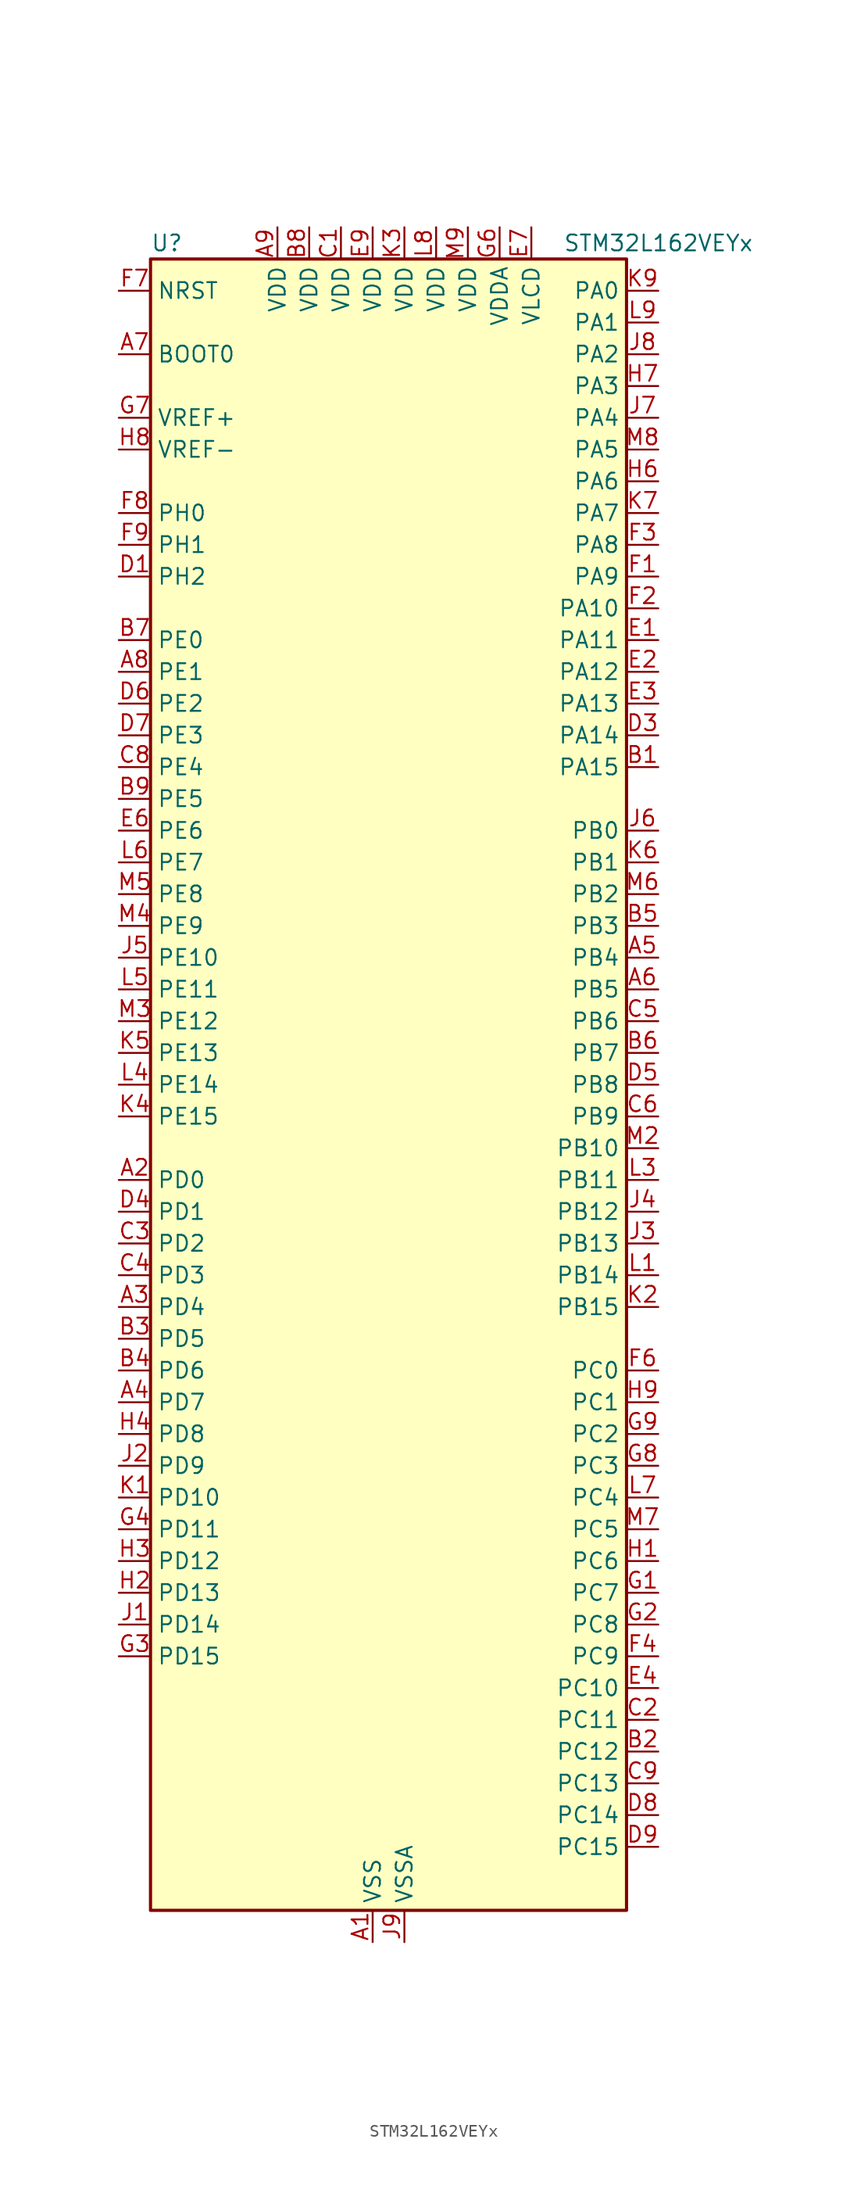
<source format=kicad_sym>
(kicad_symbol_lib
  (version 20231120)
  (generator "kicad-library-utils")
  (generator_version "8.0")
  (symbol "STM32L162VEYx"
    (property "Reference" "U"
      (at -17.78 67.31 0)
      (effects (font (size 1.27 1.27)) (justify left)))
    (property "Value" "STM32L162VEYx"
      (at 15.24 67.31 0)
      (effects (font (size 1.27 1.27)) (justify left)))
    (symbol "STM32L162VEYx_0_1"
      (rectangle (start -17.78 -66.04) (end 20.32 66.04) (stroke (width 0.254) (type default)) (fill (type background))))
    (symbol "STM32L162VEYx_1_1"
      (pin power_in line (at 0 -68.58 90) (length 2.54) (name "VSS" (effects (font (size 1.27 1.27)))) (number "A1" (effects (font (size 1.27 1.27)))))
      (pin bidirectional line (at -20.32 -7.62 0) (length 2.54) (name "PD0" (effects (font (size 1.27 1.27)))) (number "A2" (effects (font (size 1.27 1.27)))) (alternate "I2S2_WS" bidirectional line) (alternate "SPI2_NSS" bidirectional line) (alternate "TIM9_CH1" bidirectional line) (alternate "TIMX_IC1" bidirectional line))
      (pin bidirectional line (at -20.32 -17.78 0) (length 2.54) (name "PD4" (effects (font (size 1.27 1.27)))) (number "A3" (effects (font (size 1.27 1.27)))) (alternate "I2S2_SD" bidirectional line) (alternate "SPI2_MOSI" bidirectional line) (alternate "TIMX_IC1" bidirectional line) (alternate "USART2_RTS" bidirectional line))
      (pin bidirectional line (at -20.32 -25.4 0) (length 2.54) (name "PD7" (effects (font (size 1.27 1.27)))) (number "A4" (effects (font (size 1.27 1.27)))) (alternate "TIM9_CH2" bidirectional line) (alternate "TIMX_IC4" bidirectional line) (alternate "USART2_CK" bidirectional line))
      (pin bidirectional line (at 22.86 10.16 180) (length 2.54) (name "PB4" (effects (font (size 1.27 1.27)))) (number "A5" (effects (font (size 1.27 1.27)))) (alternate "COMP2_INP" bidirectional line) (alternate "LCD_SEG8" bidirectional line) (alternate "SPI1_MISO" bidirectional line) (alternate "SPI3_MISO" bidirectional line) (alternate "SYS_JTRST" bidirectional line) (alternate "TIM3_CH1" bidirectional line) (alternate "TS_G6_IO1" bidirectional line))
      (pin bidirectional line (at 22.86 7.62 180) (length 2.54) (name "PB5" (effects (font (size 1.27 1.27)))) (number "A6" (effects (font (size 1.27 1.27)))) (alternate "COMP2_INP" bidirectional line) (alternate "I2C1_SMBA" bidirectional line) (alternate "I2S3_SD" bidirectional line) (alternate "LCD_SEG9" bidirectional line) (alternate "SPI1_MOSI" bidirectional line) (alternate "SPI3_MOSI" bidirectional line) (alternate "TIM3_CH2" bidirectional line) (alternate "TS_G6_IO2" bidirectional line))
      (pin input line (at -20.32 58.42 0) (length 2.54) (name "BOOT0" (effects (font (size 1.27 1.27)))) (number "A7" (effects (font (size 1.27 1.27)))))
      (pin bidirectional line (at -20.32 33.02 0) (length 2.54) (name "PE1" (effects (font (size 1.27 1.27)))) (number "A8" (effects (font (size 1.27 1.27)))) (alternate "LCD_SEG37" bidirectional line) (alternate "TIM11_CH1" bidirectional line) (alternate "TIMX_IC2" bidirectional line))
      (pin power_in line (at -7.62 68.58 270) (length 2.54) (name "VDD" (effects (font (size 1.27 1.27)))) (number "A9" (effects (font (size 1.27 1.27)))))
      (pin bidirectional line (at 22.86 25.4 180) (length 2.54) (name "PA15" (effects (font (size 1.27 1.27)))) (number "B1" (effects (font (size 1.27 1.27)))) (alternate "ADC_EXTI15" bidirectional line) (alternate "I2S3_WS" bidirectional line) (alternate "LCD_SEG17" bidirectional line) (alternate "SPI1_NSS" bidirectional line) (alternate "SPI3_NSS" bidirectional line) (alternate "SYS_JTDI" bidirectional line) (alternate "TIM2_CH1" bidirectional line) (alternate "TIM2_ETR" bidirectional line) (alternate "TIMX_IC4" bidirectional line) (alternate "TS_G5_IO3" bidirectional line))
      (pin bidirectional line (at 22.86 -53.34 180) (length 2.54) (name "PC12" (effects (font (size 1.27 1.27)))) (number "B2" (effects (font (size 1.27 1.27)))) (alternate "I2S3_SD" bidirectional line) (alternate "LCD_COM6" bidirectional line) (alternate "LCD_SEG30" bidirectional line) (alternate "LCD_SEG42" bidirectional line) (alternate "SPI3_MOSI" bidirectional line) (alternate "TIMX_IC1" bidirectional line) (alternate "UART5_TX" bidirectional line) (alternate "USART3_CK" bidirectional line))
      (pin bidirectional line (at -20.32 -20.32 0) (length 2.54) (name "PD5" (effects (font (size 1.27 1.27)))) (number "B3" (effects (font (size 1.27 1.27)))) (alternate "TIMX_IC2" bidirectional line) (alternate "USART2_TX" bidirectional line))
      (pin bidirectional line (at -20.32 -22.86 0) (length 2.54) (name "PD6" (effects (font (size 1.27 1.27)))) (number "B4" (effects (font (size 1.27 1.27)))) (alternate "TIMX_IC3" bidirectional line) (alternate "USART2_RX" bidirectional line))
      (pin bidirectional line (at 22.86 12.7 180) (length 2.54) (name "PB3" (effects (font (size 1.27 1.27)))) (number "B5" (effects (font (size 1.27 1.27)))) (alternate "COMP2_INM" bidirectional line) (alternate "I2S3_CK" bidirectional line) (alternate "LCD_SEG7" bidirectional line) (alternate "SPI1_SCK" bidirectional line) (alternate "SPI3_SCK" bidirectional line) (alternate "SYS_JTDO-TRACESWO" bidirectional line) (alternate "TIM2_CH2" bidirectional line))
      (pin bidirectional line (at 22.86 2.54 180) (length 2.54) (name "PB7" (effects (font (size 1.27 1.27)))) (number "B6" (effects (font (size 1.27 1.27)))) (alternate "COMP2_INP" bidirectional line) (alternate "I2C1_SDA" bidirectional line) (alternate "SYS_PVD_IN" bidirectional line) (alternate "TIM4_CH2" bidirectional line) (alternate "TS_G6_IO4" bidirectional line) (alternate "USART1_RX" bidirectional line))
      (pin bidirectional line (at -20.32 35.56 0) (length 2.54) (name "PE0" (effects (font (size 1.27 1.27)))) (number "B7" (effects (font (size 1.27 1.27)))) (alternate "LCD_SEG36" bidirectional line) (alternate "TIM10_CH1" bidirectional line) (alternate "TIM4_ETR" bidirectional line) (alternate "TIMX_IC1" bidirectional line))
      (pin power_in line (at -5.08 68.58 270) (length 2.54) (name "VDD" (effects (font (size 1.27 1.27)))) (number "B8" (effects (font (size 1.27 1.27)))))
      (pin bidirectional line (at -20.32 22.86 0) (length 2.54) (name "PE5" (effects (font (size 1.27 1.27)))) (number "B9" (effects (font (size 1.27 1.27)))) (alternate "SYS_TRACED2" bidirectional line) (alternate "TIM9_CH1" bidirectional line) (alternate "TIMX_IC2" bidirectional line))
      (pin power_in line (at -2.54 68.58 270) (length 2.54) (name "VDD" (effects (font (size 1.27 1.27)))) (number "C1" (effects (font (size 1.27 1.27)))))
      (pin bidirectional line (at 22.86 -50.8 180) (length 2.54) (name "PC11" (effects (font (size 1.27 1.27)))) (number "C2" (effects (font (size 1.27 1.27)))) (alternate "ADC_EXTI11" bidirectional line) (alternate "LCD_COM5" bidirectional line) (alternate "LCD_SEG29" bidirectional line) (alternate "LCD_SEG41" bidirectional line) (alternate "SPI3_MISO" bidirectional line) (alternate "TIMX_IC4" bidirectional line) (alternate "UART4_RX" bidirectional line) (alternate "USART3_RX" bidirectional line))
      (pin bidirectional line (at -20.32 -12.7 0) (length 2.54) (name "PD2" (effects (font (size 1.27 1.27)))) (number "C3" (effects (font (size 1.27 1.27)))) (alternate "LCD_COM7" bidirectional line) (alternate "LCD_SEG31" bidirectional line) (alternate "LCD_SEG43" bidirectional line) (alternate "TIM3_ETR" bidirectional line) (alternate "TIMX_IC3" bidirectional line) (alternate "UART5_RX" bidirectional line))
      (pin bidirectional line (at -20.32 -15.24 0) (length 2.54) (name "PD3" (effects (font (size 1.27 1.27)))) (number "C4" (effects (font (size 1.27 1.27)))) (alternate "SPI2_MISO" bidirectional line) (alternate "TIMX_IC4" bidirectional line) (alternate "USART2_CTS" bidirectional line))
      (pin bidirectional line (at 22.86 5.08 180) (length 2.54) (name "PB6" (effects (font (size 1.27 1.27)))) (number "C5" (effects (font (size 1.27 1.27)))) (alternate "COMP2_INP" bidirectional line) (alternate "I2C1_SCL" bidirectional line) (alternate "TIM4_CH1" bidirectional line) (alternate "TS_G6_IO3" bidirectional line) (alternate "USART1_TX" bidirectional line))
      (pin bidirectional line (at 22.86 -2.54 180) (length 2.54) (name "PB9" (effects (font (size 1.27 1.27)))) (number "C6" (effects (font (size 1.27 1.27)))) (alternate "DAC_EXTI9" bidirectional line) (alternate "I2C1_SDA" bidirectional line) (alternate "LCD_COM3" bidirectional line) (alternate "TIM11_CH1" bidirectional line) (alternate "TIM4_CH4" bidirectional line))
      (pin passive line (at 0 -68.58 90) (length 2.54) hide (name "VSS" (effects (font (size 1.27 1.27)))) (number "C7" (effects (font (size 1.27 1.27)))))
      (pin bidirectional line (at -20.32 25.4 0) (length 2.54) (name "PE4" (effects (font (size 1.27 1.27)))) (number "C8" (effects (font (size 1.27 1.27)))) (alternate "SYS_TRACED1" bidirectional line) (alternate "TIM3_CH2" bidirectional line) (alternate "TIMX_IC1" bidirectional line))
      (pin bidirectional line (at 22.86 -55.88 180) (length 2.54) (name "PC13" (effects (font (size 1.27 1.27)))) (number "C9" (effects (font (size 1.27 1.27)))) (alternate "RTC_OUT_ALARM" bidirectional line) (alternate "RTC_OUT_CALIB" bidirectional line) (alternate "RTC_TAMP1" bidirectional line) (alternate "RTC_TS" bidirectional line) (alternate "SYS_WKUP2" bidirectional line) (alternate "TIMX_IC2" bidirectional line))
      (pin bidirectional line (at -20.32 40.64 0) (length 2.54) (name "PH2" (effects (font (size 1.27 1.27)))) (number "D1" (effects (font (size 1.27 1.27)))))
      (pin passive line (at 0 -68.58 90) (length 2.54) hide (name "VSS" (effects (font (size 1.27 1.27)))) (number "D2" (effects (font (size 1.27 1.27)))))
      (pin bidirectional line (at 22.86 27.94 180) (length 2.54) (name "PA14" (effects (font (size 1.27 1.27)))) (number "D3" (effects (font (size 1.27 1.27)))) (alternate "SYS_JTCK-SWCLK" bidirectional line) (alternate "TIMX_IC3" bidirectional line) (alternate "TS_G5_IO2" bidirectional line))
      (pin bidirectional line (at -20.32 -10.16 0) (length 2.54) (name "PD1" (effects (font (size 1.27 1.27)))) (number "D4" (effects (font (size 1.27 1.27)))) (alternate "I2S2_CK" bidirectional line) (alternate "SPI2_SCK" bidirectional line) (alternate "TIMX_IC2" bidirectional line))
      (pin bidirectional line (at 22.86 0 180) (length 2.54) (name "PB8" (effects (font (size 1.27 1.27)))) (number "D5" (effects (font (size 1.27 1.27)))) (alternate "I2C1_SCL" bidirectional line) (alternate "LCD_SEG16" bidirectional line) (alternate "TIM10_CH1" bidirectional line) (alternate "TIM4_CH3" bidirectional line))
      (pin bidirectional line (at -20.32 30.48 0) (length 2.54) (name "PE2" (effects (font (size 1.27 1.27)))) (number "D6" (effects (font (size 1.27 1.27)))) (alternate "LCD_SEG38" bidirectional line) (alternate "SYS_TRACECK" bidirectional line) (alternate "TIM3_ETR" bidirectional line) (alternate "TIMX_IC3" bidirectional line))
      (pin bidirectional line (at -20.32 27.94 0) (length 2.54) (name "PE3" (effects (font (size 1.27 1.27)))) (number "D7" (effects (font (size 1.27 1.27)))) (alternate "LCD_SEG39" bidirectional line) (alternate "SYS_TRACED0" bidirectional line) (alternate "TIM3_CH1" bidirectional line) (alternate "TIMX_IC4" bidirectional line))
      (pin bidirectional line (at 22.86 -58.42 180) (length 2.54) (name "PC14" (effects (font (size 1.27 1.27)))) (number "D8" (effects (font (size 1.27 1.27)))) (alternate "RCC_OSC32_IN" bidirectional line) (alternate "TIMX_IC3" bidirectional line))
      (pin bidirectional line (at 22.86 -60.96 180) (length 2.54) (name "PC15" (effects (font (size 1.27 1.27)))) (number "D9" (effects (font (size 1.27 1.27)))) (alternate "ADC_EXTI15" bidirectional line) (alternate "RCC_OSC32_OUT" bidirectional line) (alternate "TIMX_IC4" bidirectional line))
      (pin bidirectional line (at 22.86 35.56 180) (length 2.54) (name "PA11" (effects (font (size 1.27 1.27)))) (number "E1" (effects (font (size 1.27 1.27)))) (alternate "ADC_EXTI11" bidirectional line) (alternate "SPI1_MISO" bidirectional line) (alternate "TIMX_IC4" bidirectional line) (alternate "USART1_CTS" bidirectional line) (alternate "USB_DM" bidirectional line))
      (pin bidirectional line (at 22.86 33.02 180) (length 2.54) (name "PA12" (effects (font (size 1.27 1.27)))) (number "E2" (effects (font (size 1.27 1.27)))) (alternate "SPI1_MOSI" bidirectional line) (alternate "TIMX_IC1" bidirectional line) (alternate "USART1_RTS" bidirectional line) (alternate "USB_DP" bidirectional line))
      (pin bidirectional line (at 22.86 30.48 180) (length 2.54) (name "PA13" (effects (font (size 1.27 1.27)))) (number "E3" (effects (font (size 1.27 1.27)))) (alternate "SYS_JTMS-SWDIO" bidirectional line) (alternate "TIMX_IC2" bidirectional line) (alternate "TS_G5_IO1" bidirectional line))
      (pin bidirectional line (at 22.86 -48.26 180) (length 2.54) (name "PC10" (effects (font (size 1.27 1.27)))) (number "E4" (effects (font (size 1.27 1.27)))) (alternate "I2S3_CK" bidirectional line) (alternate "LCD_COM4" bidirectional line) (alternate "LCD_SEG28" bidirectional line) (alternate "LCD_SEG40" bidirectional line) (alternate "SPI3_SCK" bidirectional line) (alternate "TIMX_IC3" bidirectional line) (alternate "UART4_TX" bidirectional line) (alternate "USART3_TX" bidirectional line))
      (pin bidirectional line (at -20.32 20.32 0) (length 2.54) (name "PE6" (effects (font (size 1.27 1.27)))) (number "E6" (effects (font (size 1.27 1.27)))) (alternate "RTC_TAMP3" bidirectional line) (alternate "SYS_TRACED3" bidirectional line) (alternate "SYS_WKUP3" bidirectional line) (alternate "TIM9_CH2" bidirectional line) (alternate "TIMX_IC3" bidirectional line))
      (pin power_in line (at 12.7 68.58 270) (length 2.54) (name "VLCD" (effects (font (size 1.27 1.27)))) (number "E7" (effects (font (size 1.27 1.27)))))
      (pin passive line (at 0 -68.58 90) (length 2.54) hide (name "VSS" (effects (font (size 1.27 1.27)))) (number "E8" (effects (font (size 1.27 1.27)))))
      (pin power_in line (at 0 68.58 270) (length 2.54) (name "VDD" (effects (font (size 1.27 1.27)))) (number "E9" (effects (font (size 1.27 1.27)))))
      (pin bidirectional line (at 22.86 40.64 180) (length 2.54) (name "PA9" (effects (font (size 1.27 1.27)))) (number "F1" (effects (font (size 1.27 1.27)))) (alternate "DAC_EXTI9" bidirectional line) (alternate "LCD_COM1" bidirectional line) (alternate "TIMX_IC2" bidirectional line) (alternate "TS_G4_IO2" bidirectional line) (alternate "USART1_TX" bidirectional line))
      (pin bidirectional line (at 22.86 38.1 180) (length 2.54) (name "PA10" (effects (font (size 1.27 1.27)))) (number "F2" (effects (font (size 1.27 1.27)))) (alternate "LCD_COM2" bidirectional line) (alternate "TIMX_IC3" bidirectional line) (alternate "TS_G4_IO3" bidirectional line) (alternate "USART1_RX" bidirectional line))
      (pin bidirectional line (at 22.86 43.18 180) (length 2.54) (name "PA8" (effects (font (size 1.27 1.27)))) (number "F3" (effects (font (size 1.27 1.27)))) (alternate "LCD_COM0" bidirectional line) (alternate "RCC_MCO" bidirectional line) (alternate "TIMX_IC1" bidirectional line) (alternate "TS_G4_IO1" bidirectional line) (alternate "USART1_CK" bidirectional line))
      (pin bidirectional line (at 22.86 -45.72 180) (length 2.54) (name "PC9" (effects (font (size 1.27 1.27)))) (number "F4" (effects (font (size 1.27 1.27)))) (alternate "DAC_EXTI9" bidirectional line) (alternate "LCD_SEG27" bidirectional line) (alternate "TIM3_CH4" bidirectional line) (alternate "TIMX_IC2" bidirectional line) (alternate "TS_G10_IO4" bidirectional line))
      (pin bidirectional line (at 22.86 -22.86 180) (length 2.54) (name "PC0" (effects (font (size 1.27 1.27)))) (number "F6" (effects (font (size 1.27 1.27)))) (alternate "ADC_IN10" bidirectional line) (alternate "COMP1_INP" bidirectional line) (alternate "LCD_SEG18" bidirectional line) (alternate "TIMX_IC1" bidirectional line) (alternate "TS_G8_IO1" bidirectional line))
      (pin input line (at -20.32 63.5 0) (length 2.54) (name "NRST" (effects (font (size 1.27 1.27)))) (number "F7" (effects (font (size 1.27 1.27)))))
      (pin bidirectional line (at -20.32 45.72 0) (length 2.54) (name "PH0" (effects (font (size 1.27 1.27)))) (number "F8" (effects (font (size 1.27 1.27)))) (alternate "RCC_OSC_IN" bidirectional line))
      (pin bidirectional line (at -20.32 43.18 0) (length 2.54) (name "PH1" (effects (font (size 1.27 1.27)))) (number "F9" (effects (font (size 1.27 1.27)))) (alternate "RCC_OSC_OUT" bidirectional line))
      (pin bidirectional line (at 22.86 -40.64 180) (length 2.54) (name "PC7" (effects (font (size 1.27 1.27)))) (number "G1" (effects (font (size 1.27 1.27)))) (alternate "I2S3_MCK" bidirectional line) (alternate "LCD_SEG25" bidirectional line) (alternate "TIM3_CH2" bidirectional line) (alternate "TIMX_IC4" bidirectional line) (alternate "TS_G10_IO2" bidirectional line))
      (pin bidirectional line (at 22.86 -43.18 180) (length 2.54) (name "PC8" (effects (font (size 1.27 1.27)))) (number "G2" (effects (font (size 1.27 1.27)))) (alternate "LCD_SEG26" bidirectional line) (alternate "TIM3_CH3" bidirectional line) (alternate "TIMX_IC1" bidirectional line) (alternate "TS_G10_IO3" bidirectional line))
      (pin bidirectional line (at -20.32 -45.72 0) (length 2.54) (name "PD15" (effects (font (size 1.27 1.27)))) (number "G3" (effects (font (size 1.27 1.27)))) (alternate "ADC_EXTI15" bidirectional line) (alternate "LCD_SEG35" bidirectional line) (alternate "TIM4_CH4" bidirectional line) (alternate "TIMX_IC4" bidirectional line))
      (pin bidirectional line (at -20.32 -35.56 0) (length 2.54) (name "PD11" (effects (font (size 1.27 1.27)))) (number "G4" (effects (font (size 1.27 1.27)))) (alternate "ADC_EXTI11" bidirectional line) (alternate "LCD_SEG31" bidirectional line) (alternate "TIMX_IC4" bidirectional line) (alternate "USART3_CTS" bidirectional line))
      (pin power_in line (at 10.16 68.58 270) (length 2.54) (name "VDDA" (effects (font (size 1.27 1.27)))) (number "G6" (effects (font (size 1.27 1.27)))))
      (pin input line (at -20.32 53.34 0) (length 2.54) (name "VREF+" (effects (font (size 1.27 1.27)))) (number "G7" (effects (font (size 1.27 1.27)))))
      (pin bidirectional line (at 22.86 -30.48 180) (length 2.54) (name "PC3" (effects (font (size 1.27 1.27)))) (number "G8" (effects (font (size 1.27 1.27)))) (alternate "ADC_IN13" bidirectional line) (alternate "COMP1_INP" bidirectional line) (alternate "LCD_SEG21" bidirectional line) (alternate "TIMX_IC4" bidirectional line) (alternate "TS_G8_IO4" bidirectional line))
      (pin bidirectional line (at 22.86 -27.94 180) (length 2.54) (name "PC2" (effects (font (size 1.27 1.27)))) (number "G9" (effects (font (size 1.27 1.27)))) (alternate "ADC_IN12" bidirectional line) (alternate "COMP1_INP" bidirectional line) (alternate "LCD_SEG20" bidirectional line) (alternate "TIMX_IC3" bidirectional line) (alternate "TS_G8_IO3" bidirectional line))
      (pin bidirectional line (at 22.86 -38.1 180) (length 2.54) (name "PC6" (effects (font (size 1.27 1.27)))) (number "H1" (effects (font (size 1.27 1.27)))) (alternate "I2S2_MCK" bidirectional line) (alternate "LCD_SEG24" bidirectional line) (alternate "TIM3_CH1" bidirectional line) (alternate "TIMX_IC3" bidirectional line) (alternate "TS_G10_IO1" bidirectional line))
      (pin bidirectional line (at -20.32 -40.64 0) (length 2.54) (name "PD13" (effects (font (size 1.27 1.27)))) (number "H2" (effects (font (size 1.27 1.27)))) (alternate "LCD_SEG33" bidirectional line) (alternate "TIM4_CH2" bidirectional line) (alternate "TIMX_IC2" bidirectional line))
      (pin bidirectional line (at -20.32 -38.1 0) (length 2.54) (name "PD12" (effects (font (size 1.27 1.27)))) (number "H3" (effects (font (size 1.27 1.27)))) (alternate "LCD_SEG32" bidirectional line) (alternate "TIM4_CH1" bidirectional line) (alternate "TIMX_IC1" bidirectional line) (alternate "USART3_RTS" bidirectional line))
      (pin bidirectional line (at -20.32 -27.94 0) (length 2.54) (name "PD8" (effects (font (size 1.27 1.27)))) (number "H4" (effects (font (size 1.27 1.27)))) (alternate "LCD_SEG28" bidirectional line) (alternate "TIMX_IC1" bidirectional line) (alternate "USART3_TX" bidirectional line))
      (pin bidirectional line (at 22.86 48.26 180) (length 2.54) (name "PA6" (effects (font (size 1.27 1.27)))) (number "H6" (effects (font (size 1.27 1.27)))) (alternate "ADC_IN6" bidirectional line) (alternate "COMP1_INP" bidirectional line) (alternate "LCD_SEG3" bidirectional line) (alternate "OPAMP2_VINP" bidirectional line) (alternate "SPI1_MISO" bidirectional line) (alternate "TIM10_CH1" bidirectional line) (alternate "TIM3_CH1" bidirectional line) (alternate "TIMX_IC3" bidirectional line) (alternate "TS_G2_IO1" bidirectional line))
      (pin bidirectional line (at 22.86 55.88 180) (length 2.54) (name "PA3" (effects (font (size 1.27 1.27)))) (number "H7" (effects (font (size 1.27 1.27)))) (alternate "ADC_IN3" bidirectional line) (alternate "COMP1_INP" bidirectional line) (alternate "LCD_SEG2" bidirectional line) (alternate "OPAMP1_VOUT" bidirectional line) (alternate "TIM2_CH4" bidirectional line) (alternate "TIM5_CH4" bidirectional line) (alternate "TIM9_CH2" bidirectional line) (alternate "TIMX_IC4" bidirectional line) (alternate "TS_G1_IO4" bidirectional line) (alternate "USART2_RX" bidirectional line))
      (pin input line (at -20.32 50.8 0) (length 2.54) (name "VREF-" (effects (font (size 1.27 1.27)))) (number "H8" (effects (font (size 1.27 1.27)))))
      (pin bidirectional line (at 22.86 -25.4 180) (length 2.54) (name "PC1" (effects (font (size 1.27 1.27)))) (number "H9" (effects (font (size 1.27 1.27)))) (alternate "ADC_IN11" bidirectional line) (alternate "COMP1_INP" bidirectional line) (alternate "LCD_SEG19" bidirectional line) (alternate "TIMX_IC2" bidirectional line) (alternate "TS_G8_IO2" bidirectional line))
      (pin bidirectional line (at -20.32 -43.18 0) (length 2.54) (name "PD14" (effects (font (size 1.27 1.27)))) (number "J1" (effects (font (size 1.27 1.27)))) (alternate "LCD_SEG34" bidirectional line) (alternate "TIM4_CH3" bidirectional line) (alternate "TIMX_IC3" bidirectional line))
      (pin bidirectional line (at -20.32 -30.48 0) (length 2.54) (name "PD9" (effects (font (size 1.27 1.27)))) (number "J2" (effects (font (size 1.27 1.27)))) (alternate "DAC_EXTI9" bidirectional line) (alternate "LCD_SEG29" bidirectional line) (alternate "TIMX_IC2" bidirectional line) (alternate "USART3_RX" bidirectional line))
      (pin bidirectional line (at 22.86 -12.7 180) (length 2.54) (name "PB13" (effects (font (size 1.27 1.27)))) (number "J3" (effects (font (size 1.27 1.27)))) (alternate "ADC_IN19" bidirectional line) (alternate "COMP1_INP" bidirectional line) (alternate "I2S2_CK" bidirectional line) (alternate "LCD_SEG13" bidirectional line) (alternate "SPI2_SCK" bidirectional line) (alternate "TIM9_CH1" bidirectional line) (alternate "TS_G7_IO2" bidirectional line) (alternate "USART3_CTS" bidirectional line))
      (pin bidirectional line (at 22.86 -10.16 180) (length 2.54) (name "PB12" (effects (font (size 1.27 1.27)))) (number "J4" (effects (font (size 1.27 1.27)))) (alternate "ADC_IN18" bidirectional line) (alternate "COMP1_INP" bidirectional line) (alternate "I2C2_SMBA" bidirectional line) (alternate "I2S2_WS" bidirectional line) (alternate "LCD_SEG12" bidirectional line) (alternate "SPI2_NSS" bidirectional line) (alternate "TIM10_CH1" bidirectional line) (alternate "TS_G7_IO1" bidirectional line) (alternate "USART3_CK" bidirectional line))
      (pin bidirectional line (at -20.32 10.16 0) (length 2.54) (name "PE10" (effects (font (size 1.27 1.27)))) (number "J5" (effects (font (size 1.27 1.27)))) (alternate "ADC_IN25" bidirectional line) (alternate "COMP1_INP" bidirectional line) (alternate "TIM2_CH2" bidirectional line) (alternate "TIMX_IC3" bidirectional line))
      (pin bidirectional line (at 22.86 20.32 180) (length 2.54) (name "PB0" (effects (font (size 1.27 1.27)))) (number "J6" (effects (font (size 1.27 1.27)))) (alternate "ADC_IN8" bidirectional line) (alternate "COMP1_INP" bidirectional line) (alternate "LCD_SEG5" bidirectional line) (alternate "OPAMP2_VOUT" bidirectional line) (alternate "SYS_V_REF_OUT" bidirectional line) (alternate "TIM3_CH3" bidirectional line) (alternate "TS_G3_IO1" bidirectional line))
      (pin bidirectional line (at 22.86 53.34 180) (length 2.54) (name "PA4" (effects (font (size 1.27 1.27)))) (number "J7" (effects (font (size 1.27 1.27)))) (alternate "ADC_IN4" bidirectional line) (alternate "COMP1_INP" bidirectional line) (alternate "DAC_OUT1" bidirectional line) (alternate "I2S3_WS" bidirectional line) (alternate "SPI1_NSS" bidirectional line) (alternate "SPI3_NSS" bidirectional line) (alternate "TIMX_IC1" bidirectional line) (alternate "USART2_CK" bidirectional line))
      (pin bidirectional line (at 22.86 58.42 180) (length 2.54) (name "PA2" (effects (font (size 1.27 1.27)))) (number "J8" (effects (font (size 1.27 1.27)))) (alternate "ADC_IN2" bidirectional line) (alternate "COMP1_INP" bidirectional line) (alternate "LCD_SEG1" bidirectional line) (alternate "OPAMP1_VINM" bidirectional line) (alternate "TIM2_CH3" bidirectional line) (alternate "TIM5_CH3" bidirectional line) (alternate "TIM9_CH1" bidirectional line) (alternate "TIMX_IC3" bidirectional line) (alternate "TS_G1_IO3" bidirectional line) (alternate "USART2_TX" bidirectional line))
      (pin power_in line (at 2.54 -68.58 90) (length 2.54) (name "VSSA" (effects (font (size 1.27 1.27)))) (number "J9" (effects (font (size 1.27 1.27)))))
      (pin bidirectional line (at -20.32 -33.02 0) (length 2.54) (name "PD10" (effects (font (size 1.27 1.27)))) (number "K1" (effects (font (size 1.27 1.27)))) (alternate "LCD_SEG30" bidirectional line) (alternate "TIMX_IC3" bidirectional line) (alternate "USART3_CK" bidirectional line))
      (pin bidirectional line (at 22.86 -17.78 180) (length 2.54) (name "PB15" (effects (font (size 1.27 1.27)))) (number "K2" (effects (font (size 1.27 1.27)))) (alternate "ADC_EXTI15" bidirectional line) (alternate "ADC_IN21" bidirectional line) (alternate "COMP1_INP" bidirectional line) (alternate "I2S2_SD" bidirectional line) (alternate "LCD_SEG15" bidirectional line) (alternate "RTC_REFIN" bidirectional line) (alternate "SPI2_MOSI" bidirectional line) (alternate "TIM11_CH1" bidirectional line) (alternate "TS_G7_IO4" bidirectional line))
      (pin power_in line (at 2.54 68.58 270) (length 2.54) (name "VDD" (effects (font (size 1.27 1.27)))) (number "K3" (effects (font (size 1.27 1.27)))))
      (pin bidirectional line (at -20.32 -2.54 0) (length 2.54) (name "PE15" (effects (font (size 1.27 1.27)))) (number "K4" (effects (font (size 1.27 1.27)))) (alternate "ADC_EXTI15" bidirectional line) (alternate "SPI1_MOSI" bidirectional line) (alternate "TIMX_IC4" bidirectional line))
      (pin bidirectional line (at -20.32 2.54 0) (length 2.54) (name "PE13" (effects (font (size 1.27 1.27)))) (number "K5" (effects (font (size 1.27 1.27)))) (alternate "SPI1_SCK" bidirectional line) (alternate "TIMX_IC2" bidirectional line))
      (pin bidirectional line (at 22.86 17.78 180) (length 2.54) (name "PB1" (effects (font (size 1.27 1.27)))) (number "K6" (effects (font (size 1.27 1.27)))) (alternate "ADC_IN9" bidirectional line) (alternate "COMP1_INP" bidirectional line) (alternate "LCD_SEG6" bidirectional line) (alternate "SYS_V_REF_OUT" bidirectional line) (alternate "TIM3_CH4" bidirectional line) (alternate "TS_G3_IO2" bidirectional line))
      (pin bidirectional line (at 22.86 45.72 180) (length 2.54) (name "PA7" (effects (font (size 1.27 1.27)))) (number "K7" (effects (font (size 1.27 1.27)))) (alternate "ADC_IN7" bidirectional line) (alternate "COMP1_INP" bidirectional line) (alternate "LCD_SEG4" bidirectional line) (alternate "OPAMP2_VINM" bidirectional line) (alternate "SPI1_MOSI" bidirectional line) (alternate "TIM11_CH1" bidirectional line) (alternate "TIM3_CH2" bidirectional line) (alternate "TIMX_IC4" bidirectional line) (alternate "TS_G2_IO2" bidirectional line))
      (pin passive line (at 0 -68.58 90) (length 2.54) hide (name "VSS" (effects (font (size 1.27 1.27)))) (number "K8" (effects (font (size 1.27 1.27)))))
      (pin bidirectional line (at 22.86 63.5 180) (length 2.54) (name "PA0" (effects (font (size 1.27 1.27)))) (number "K9" (effects (font (size 1.27 1.27)))) (alternate "ADC_IN0" bidirectional line) (alternate "COMP1_INP" bidirectional line) (alternate "RTC_TAMP2" bidirectional line) (alternate "SYS_WKUP1" bidirectional line) (alternate "TIM2_CH1" bidirectional line) (alternate "TIM2_ETR" bidirectional line) (alternate "TIM5_CH1" bidirectional line) (alternate "TIMX_IC1" bidirectional line) (alternate "TS_G1_IO1" bidirectional line) (alternate "USART2_CTS" bidirectional line))
      (pin bidirectional line (at 22.86 -15.24 180) (length 2.54) (name "PB14" (effects (font (size 1.27 1.27)))) (number "L1" (effects (font (size 1.27 1.27)))) (alternate "ADC_IN20" bidirectional line) (alternate "COMP1_INP" bidirectional line) (alternate "LCD_SEG14" bidirectional line) (alternate "SPI2_MISO" bidirectional line) (alternate "TIM9_CH2" bidirectional line) (alternate "TS_G7_IO3" bidirectional line) (alternate "USART3_RTS" bidirectional line))
      (pin passive line (at 0 -68.58 90) (length 2.54) hide (name "VSS" (effects (font (size 1.27 1.27)))) (number "L2" (effects (font (size 1.27 1.27)))))
      (pin bidirectional line (at 22.86 -7.62 180) (length 2.54) (name "PB11" (effects (font (size 1.27 1.27)))) (number "L3" (effects (font (size 1.27 1.27)))) (alternate "ADC_EXTI11" bidirectional line) (alternate "I2C2_SDA" bidirectional line) (alternate "LCD_SEG11" bidirectional line) (alternate "TIM2_CH4" bidirectional line) (alternate "USART3_RX" bidirectional line))
      (pin bidirectional line (at -20.32 0 0) (length 2.54) (name "PE14" (effects (font (size 1.27 1.27)))) (number "L4" (effects (font (size 1.27 1.27)))) (alternate "SPI1_MISO" bidirectional line) (alternate "TIMX_IC3" bidirectional line))
      (pin bidirectional line (at -20.32 7.62 0) (length 2.54) (name "PE11" (effects (font (size 1.27 1.27)))) (number "L5" (effects (font (size 1.27 1.27)))) (alternate "ADC_EXTI11" bidirectional line) (alternate "TIM2_CH3" bidirectional line) (alternate "TIMX_IC4" bidirectional line))
      (pin bidirectional line (at -20.32 17.78 0) (length 2.54) (name "PE7" (effects (font (size 1.27 1.27)))) (number "L6" (effects (font (size 1.27 1.27)))) (alternate "ADC_IN22" bidirectional line) (alternate "COMP1_INP" bidirectional line) (alternate "TIMX_IC4" bidirectional line))
      (pin bidirectional line (at 22.86 -33.02 180) (length 2.54) (name "PC4" (effects (font (size 1.27 1.27)))) (number "L7" (effects (font (size 1.27 1.27)))) (alternate "ADC_IN14" bidirectional line) (alternate "COMP1_INP" bidirectional line) (alternate "LCD_SEG22" bidirectional line) (alternate "TIMX_IC1" bidirectional line) (alternate "TS_G9_IO1" bidirectional line))
      (pin power_in line (at 5.08 68.58 270) (length 2.54) (name "VDD" (effects (font (size 1.27 1.27)))) (number "L8" (effects (font (size 1.27 1.27)))))
      (pin bidirectional line (at 22.86 60.96 180) (length 2.54) (name "PA1" (effects (font (size 1.27 1.27)))) (number "L9" (effects (font (size 1.27 1.27)))) (alternate "ADC_IN1" bidirectional line) (alternate "COMP1_INP" bidirectional line) (alternate "LCD_SEG0" bidirectional line) (alternate "OPAMP1_VINP" bidirectional line) (alternate "TIM2_CH2" bidirectional line) (alternate "TIM5_CH2" bidirectional line) (alternate "TIMX_IC2" bidirectional line) (alternate "TS_G1_IO2" bidirectional line) (alternate "USART2_RTS" bidirectional line))
      (pin passive line (at 0 -68.58 90) (length 2.54) hide (name "VSS" (effects (font (size 1.27 1.27)))) (number "M1" (effects (font (size 1.27 1.27)))))
      (pin bidirectional line (at 22.86 -5.08 180) (length 2.54) (name "PB10" (effects (font (size 1.27 1.27)))) (number "M2" (effects (font (size 1.27 1.27)))) (alternate "I2C2_SCL" bidirectional line) (alternate "LCD_SEG10" bidirectional line) (alternate "TIM2_CH3" bidirectional line) (alternate "USART3_TX" bidirectional line))
      (pin bidirectional line (at -20.32 5.08 0) (length 2.54) (name "PE12" (effects (font (size 1.27 1.27)))) (number "M3" (effects (font (size 1.27 1.27)))) (alternate "SPI1_NSS" bidirectional line) (alternate "TIM2_CH4" bidirectional line) (alternate "TIMX_IC1" bidirectional line))
      (pin bidirectional line (at -20.32 12.7 0) (length 2.54) (name "PE9" (effects (font (size 1.27 1.27)))) (number "M4" (effects (font (size 1.27 1.27)))) (alternate "ADC_IN24" bidirectional line) (alternate "COMP1_INP" bidirectional line) (alternate "DAC_EXTI9" bidirectional line) (alternate "TIM2_CH1" bidirectional line) (alternate "TIM2_ETR" bidirectional line) (alternate "TIMX_IC2" bidirectional line))
      (pin bidirectional line (at -20.32 15.24 0) (length 2.54) (name "PE8" (effects (font (size 1.27 1.27)))) (number "M5" (effects (font (size 1.27 1.27)))) (alternate "ADC_IN23" bidirectional line) (alternate "COMP1_INP" bidirectional line) (alternate "TIMX_IC1" bidirectional line))
      (pin bidirectional line (at 22.86 15.24 180) (length 2.54) (name "PB2" (effects (font (size 1.27 1.27)))) (number "M6" (effects (font (size 1.27 1.27)))) (alternate "ADC_IN0b" bidirectional line) (alternate "TS_G3_IO3" bidirectional line))
      (pin bidirectional line (at 22.86 -35.56 180) (length 2.54) (name "PC5" (effects (font (size 1.27 1.27)))) (number "M7" (effects (font (size 1.27 1.27)))) (alternate "ADC_IN15" bidirectional line) (alternate "COMP1_INP" bidirectional line) (alternate "LCD_SEG23" bidirectional line) (alternate "TIMX_IC2" bidirectional line) (alternate "TS_G9_IO2" bidirectional line))
      (pin bidirectional line (at 22.86 50.8 180) (length 2.54) (name "PA5" (effects (font (size 1.27 1.27)))) (number "M8" (effects (font (size 1.27 1.27)))) (alternate "ADC_IN5" bidirectional line) (alternate "COMP1_INP" bidirectional line) (alternate "DAC_OUT2" bidirectional line) (alternate "SPI1_SCK" bidirectional line) (alternate "TIM2_CH1" bidirectional line) (alternate "TIM2_ETR" bidirectional line) (alternate "TIMX_IC2" bidirectional line))
      (pin power_in line (at 7.62 68.58 270) (length 2.54) (name "VDD" (effects (font (size 1.27 1.27)))) (number "M9" (effects (font (size 1.27 1.27))))))))
</source>
